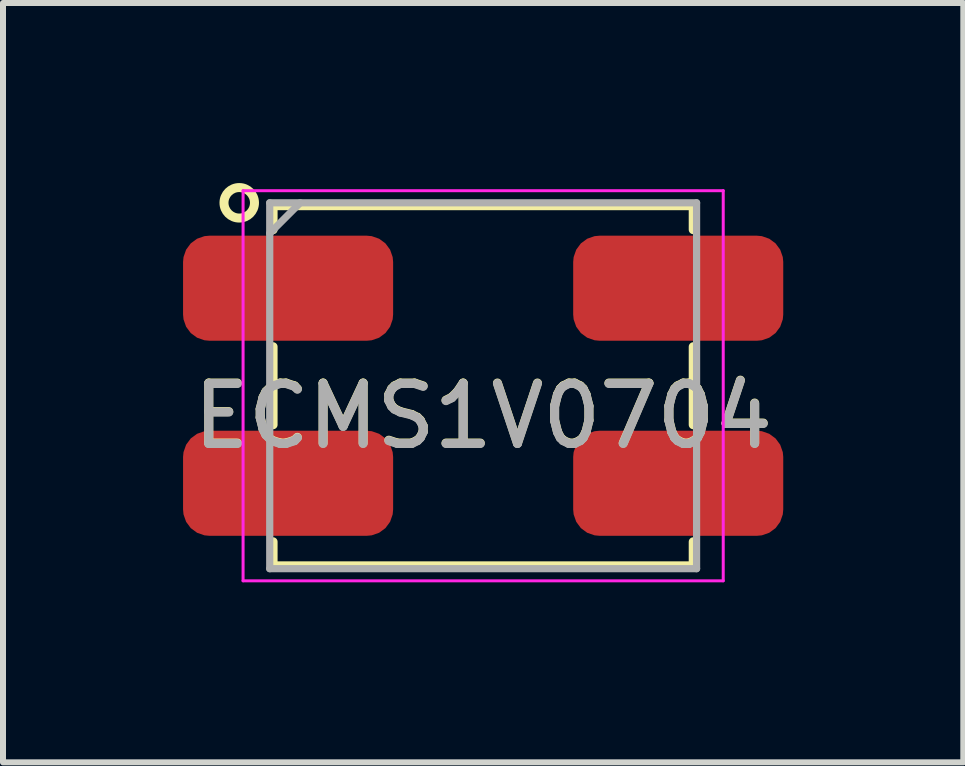
<source format=kicad_pcb>
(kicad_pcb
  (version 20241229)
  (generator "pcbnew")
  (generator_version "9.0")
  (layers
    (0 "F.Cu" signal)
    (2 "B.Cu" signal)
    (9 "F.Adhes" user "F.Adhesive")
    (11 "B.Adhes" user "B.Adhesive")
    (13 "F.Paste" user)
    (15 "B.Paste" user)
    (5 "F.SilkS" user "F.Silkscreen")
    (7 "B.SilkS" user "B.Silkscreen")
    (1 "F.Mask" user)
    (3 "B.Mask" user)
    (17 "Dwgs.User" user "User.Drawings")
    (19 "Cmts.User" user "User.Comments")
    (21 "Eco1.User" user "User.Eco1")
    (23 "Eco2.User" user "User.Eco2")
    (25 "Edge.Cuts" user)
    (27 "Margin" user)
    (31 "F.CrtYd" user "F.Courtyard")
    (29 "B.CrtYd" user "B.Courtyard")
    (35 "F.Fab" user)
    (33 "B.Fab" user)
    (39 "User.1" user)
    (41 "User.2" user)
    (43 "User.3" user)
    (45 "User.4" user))
  (footprint "ECMS1V0704"
    (layer "F.Cu")
    (at 5 3.377)
    (property "Reference" "ECMS1V0704" (at 0 0.5 0) (layer "F.SilkS") (effects (font (size 1 1) (thickness 0.15))))
    (attr through_hole)
    (fp_line (start -3.5 -3) (end 3.5 -3) (stroke (width 0.15) (type solid)) (layer "F.SilkS"))
    (fp_line (start -3.5 -2.6) (end -3.5 -3) (stroke (width 0.15) (type solid)) (layer "F.SilkS"))
    (fp_line (start -3.5 0.65) (end -3.5 -0.65) (stroke (width 0.15) (type solid)) (layer "F.SilkS"))
    (fp_line (start -3.5 3) (end -3.5 2.6) (stroke (width 0.15) (type solid)) (layer "F.SilkS"))
    (fp_line (start 3.5 -2.6) (end 3.5 -3) (stroke (width 0.15) (type solid)) (layer "F.SilkS"))
    (fp_line (start 3.5 -0.65) (end 3.5 0.65) (stroke (width 0.15) (type solid)) (layer "F.SilkS"))
    (fp_line (start 3.5 3) (end -3.5 3) (stroke (width 0.15) (type solid)) (layer "F.SilkS"))
    (fp_line (start 3.5 3) (end 3.5 2.6) (stroke (width 0.15) (type solid)) (layer "F.SilkS"))
    (fp_circle (center -4.064 -3.048) (end -3.81 -3.048) (stroke (width 0.15) (type solid)) (fill no) (layer "F.SilkS"))
    (fp_line (start -4 -3.25) (end 4 -3.25) (stroke (width 0.05) (type solid)) (layer "F.CrtYd"))
    (fp_line (start -4 3.25) (end -4 -3.25) (stroke (width 0.05) (type solid)) (layer "F.CrtYd"))
    (fp_line (start 4 -3.25) (end 4 3.25) (stroke (width 0.05) (type solid)) (layer "F.CrtYd"))
    (fp_line (start 4 3.25) (end -4 3.25) (stroke (width 0.05) (type solid)) (layer "F.CrtYd"))
    (fp_line (start -3.556 -3.048) (end 3.556 -3.048) (stroke (width 0.12) (type solid)) (layer "F.Fab"))
    (fp_line (start -3.556 -2.54) (end -3.048 -3.048) (stroke (width 0.12) (type solid)) (layer "F.Fab"))
    (fp_line (start -3.556 3.048) (end -3.556 -3.048) (stroke (width 0.12) (type solid)) (layer "F.Fab"))
    (fp_line (start 3.556 -3.048) (end 3.556 3.048) (stroke (width 0.12) (type solid)) (layer "F.Fab"))
    (fp_line (start 3.556 3.048) (end -3.556 3.048) (stroke (width 0.12) (type solid)) (layer "F.Fab"))
    (fp_text user "${REFERENCE}" (at 0 0.508 0) (layer "F.Fab") (effects (font (size 1 1) (thickness 0.15))))
    (pad "1" smd roundrect (at -3.25 -1.625) (size 3.5 1.75) (layers "F.Cu" "F.Mask" "F.Paste") (roundrect_rratio 0.25))
    (pad "2" smd roundrect (at -3.25 1.625) (size 3.5 1.75) (layers "F.Cu" "F.Mask" "F.Paste") (roundrect_rratio 0.25))
    (pad "3" smd roundrect (at 3.25 1.625) (size 3.5 1.75) (layers "F.Cu" "F.Mask" "F.Paste") (roundrect_rratio 0.25))
    (pad "4" smd roundrect (at 3.25 -1.625) (size 3.5 1.75) (layers "F.Cu" "F.Mask" "F.Paste") (roundrect_rratio 0.25)))
  (gr_rect
    (start -3 -3)
    (end 13 9.652)
    (stroke (width 0.1) (type default))
    (fill no)
    (layer "Edge.Cuts")))
</source>
